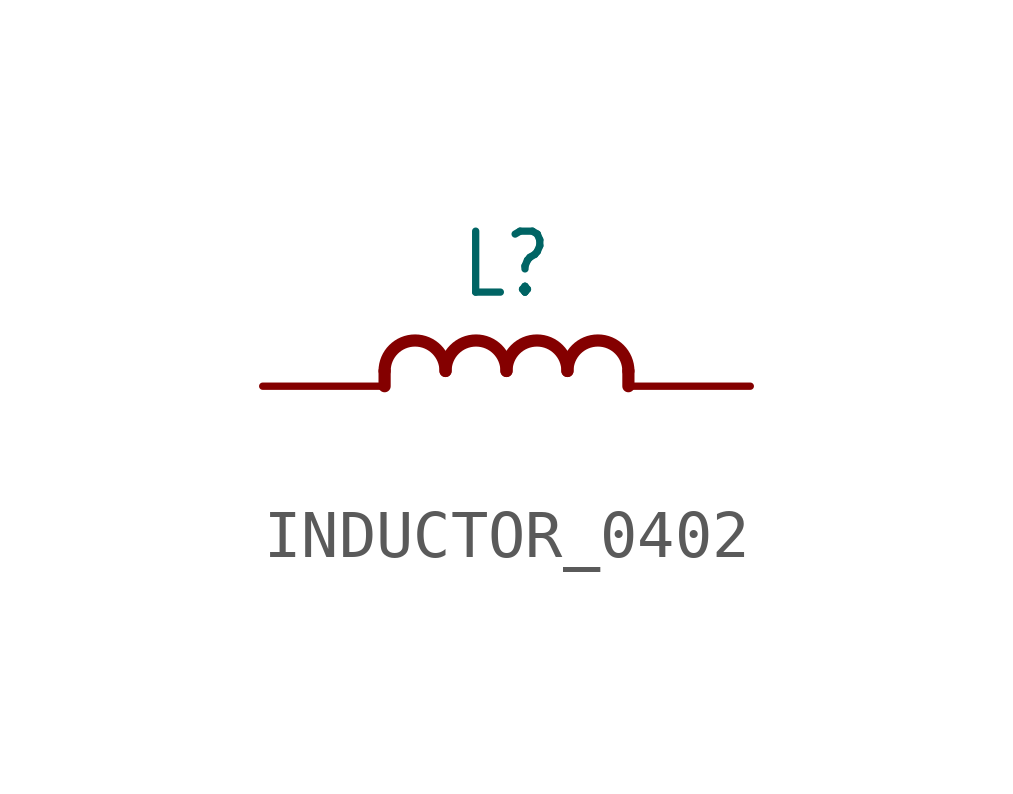
<source format=kicad_sym>
(kicad_symbol_lib
  (version 20231120)
  (generator "kicad_symbol_editor")
  (generator_version "8.0")
  (symbol "INDUCTOR_0402"
    (property "Reference" "L"
      (at 0 2.54 0)
      (effects (font (size 1.27 1.079))))
    (property "Value" ""
      (at 0 -1.54 0)
      (effects (font (size 1.27 1.079))))
    (property "ki_locked" ""
      (at 0 0 0)
      (effects (font (size 1.27 1.27))))
    (symbol "INDUCTOR_0402_1_0"
      (arc (start -1.27 0.3173) (mid -1.9049 0.9524) (end -2.54 0.3175) (stroke (width 0.254) (type solid)) (fill (type none)))
      (polyline (pts (xy -2.54 0.318) (xy -2.54 0)) (stroke (width 0.254) (type solid)) (fill (type none)))
      (polyline (pts (xy 2.54 0.318) (xy 2.54 0)) (stroke (width 0.254) (type solid)) (fill (type none)))
      (arc (start 0 0.3173) (mid -0.6349 0.9524) (end -1.27 0.3175) (stroke (width 0.254) (type solid)) (fill (type none)))
      (arc (start 1.27 0.3173) (mid 0.6351 0.9524) (end 0 0.3175) (stroke (width 0.254) (type solid)) (fill (type none)))
      (arc (start 2.54 0.3173) (mid 1.9051 0.9524) (end 1.27 0.3175) (stroke (width 0.254) (type solid)) (fill (type none)))
      (pin passive line (at -5.08 0 0) (length 2.54) (name "1" (effects (font (size 0 0)))) (number "1" (effects (font (size 0 0)))))
      (pin passive line (at 5.08 0 180) (length 2.54) (name "2" (effects (font (size 0 0)))) (number "2" (effects (font (size 0 0))))))))
</source>
